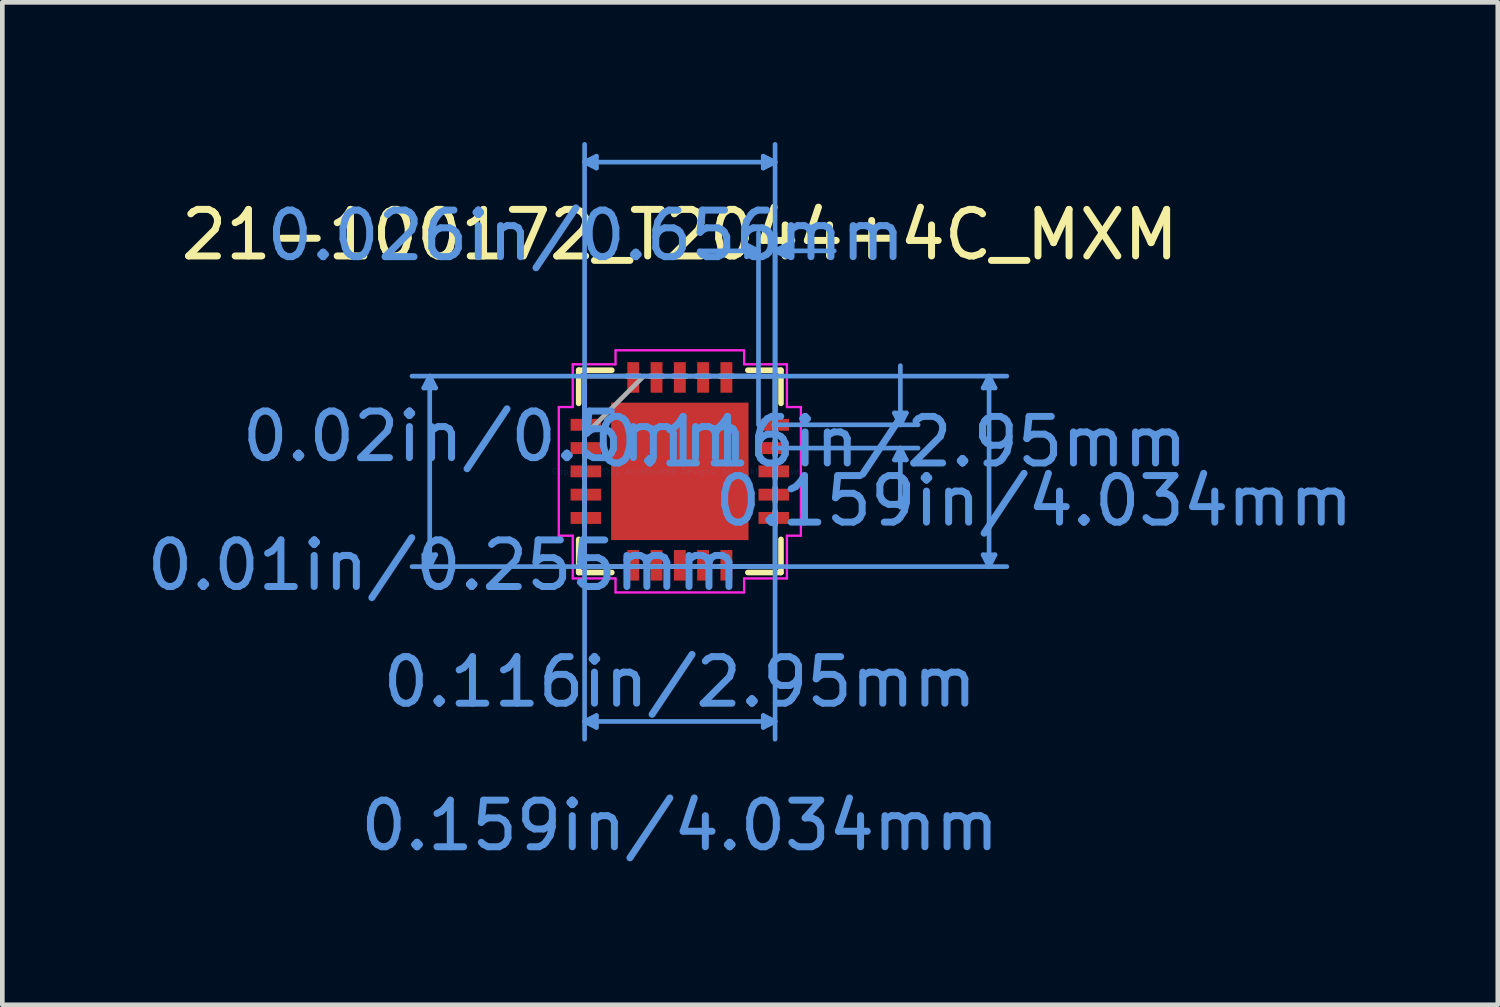
<source format=kicad_pcb>
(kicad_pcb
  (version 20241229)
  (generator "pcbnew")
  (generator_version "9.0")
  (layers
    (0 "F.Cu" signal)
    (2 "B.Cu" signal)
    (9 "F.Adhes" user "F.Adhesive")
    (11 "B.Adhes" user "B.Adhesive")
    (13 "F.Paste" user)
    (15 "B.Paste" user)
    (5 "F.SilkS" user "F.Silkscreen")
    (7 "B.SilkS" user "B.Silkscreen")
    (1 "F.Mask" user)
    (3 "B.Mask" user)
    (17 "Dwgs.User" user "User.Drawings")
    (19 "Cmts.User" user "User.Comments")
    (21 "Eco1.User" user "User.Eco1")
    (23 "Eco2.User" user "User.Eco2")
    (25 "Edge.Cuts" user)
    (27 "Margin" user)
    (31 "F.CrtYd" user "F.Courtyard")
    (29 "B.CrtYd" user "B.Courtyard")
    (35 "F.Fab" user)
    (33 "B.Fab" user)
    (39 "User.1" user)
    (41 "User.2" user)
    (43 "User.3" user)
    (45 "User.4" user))
  (footprint "21-100172_T2044+4C_MXM"
    (layer "F.Cu")
    (at 11.547 7.071)
    (property "Reference" "21-100172_T2044+4C_MXM" (at 0 -5.08 0) (layer "F.SilkS") (effects (font (size 1 1) (thickness 0.15))))
    (attr through_hole)
    (fp_line (start -2.172 -2.172) (end -2.172 -1.46) (stroke (width 0.12) (type solid)) (layer "F.SilkS"))
    (fp_line (start -2.172 1.46) (end -2.172 2.172) (stroke (width 0.12) (type solid)) (layer "F.SilkS"))
    (fp_line (start -2.172 2.172) (end -1.46 2.172) (stroke (width 0.12) (type solid)) (layer "F.SilkS"))
    (fp_line (start -1.46 -2.172) (end -2.172 -2.172) (stroke (width 0.12) (type solid)) (layer "F.SilkS"))
    (fp_line (start 1.46 2.172) (end 2.172 2.172) (stroke (width 0.12) (type solid)) (layer "F.SilkS"))
    (fp_line (start 2.172 -2.172) (end 1.46 -2.172) (stroke (width 0.12) (type solid)) (layer "F.SilkS"))
    (fp_line (start 2.172 -1.46) (end 2.172 -2.172) (stroke (width 0.12) (type solid)) (layer "F.SilkS"))
    (fp_line (start 2.172 2.172) (end 2.172 1.46) (stroke (width 0.12) (type solid)) (layer "F.SilkS"))
    (fp_poly (pts (xy -1.375 -1.375) (xy -1.375 -0.1) (xy -0.1 -0.1) (xy -0.1 -1.375)) (stroke (width 0.1) (type solid)) (fill yes) (layer "F.Paste"))
    (fp_poly (pts (xy -1.375 0.1) (xy -1.375 1.375) (xy -0.1 1.375) (xy -0.1 0.1)) (stroke (width 0.1) (type solid)) (fill yes) (layer "F.Paste"))
    (fp_poly (pts (xy 0.1 -1.375) (xy 0.1 -0.1) (xy 1.375 -0.1) (xy 1.375 -1.375)) (stroke (width 0.1) (type solid)) (fill yes) (layer "F.Paste"))
    (fp_poly (pts (xy 0.1 0.1) (xy 0.1 1.375) (xy 1.375 1.375) (xy 1.375 0.1)) (stroke (width 0.1) (type solid)) (fill yes) (layer "F.Paste"))
    (fp_line (start -5.497 -1.791) (end -5.243 -1.791) (stroke (width 0.1) (type solid)) (layer "Cmts.User"))
    (fp_line (start -5.497 1.791) (end -5.243 1.791) (stroke (width 0.1) (type solid)) (layer "Cmts.User"))
    (fp_line (start -5.37 -2.045) (end -5.497 -1.791) (stroke (width 0.1) (type solid)) (layer "Cmts.User"))
    (fp_line (start -5.37 -2.045) (end -5.37 2.045) (stroke (width 0.1) (type solid)) (layer "Cmts.User"))
    (fp_line (start -5.37 -2.045) (end -5.243 -1.791) (stroke (width 0.1) (type solid)) (layer "Cmts.User"))
    (fp_line (start -5.37 2.045) (end -5.497 1.791) (stroke (width 0.1) (type solid)) (layer "Cmts.User"))
    (fp_line (start -5.37 2.045) (end -5.243 1.791) (stroke (width 0.1) (type solid)) (layer "Cmts.User"))
    (fp_line (start -2.045 -6.64) (end -1.791 -6.767) (stroke (width 0.1) (type solid)) (layer "Cmts.User"))
    (fp_line (start -2.045 -6.64) (end -1.791 -6.513) (stroke (width 0.1) (type solid)) (layer "Cmts.User"))
    (fp_line (start -2.045 -6.64) (end 2.045 -6.64) (stroke (width 0.1) (type solid)) (layer "Cmts.User"))
    (fp_line (start -2.045 -2.045) (end -2.045 5.751) (stroke (width 0.1) (type solid)) (layer "Cmts.User"))
    (fp_line (start -2.045 -1) (end -2.045 -7.021) (stroke (width 0.1) (type solid)) (layer "Cmts.User"))
    (fp_line (start -2.045 5.37) (end -1.791 5.243) (stroke (width 0.1) (type solid)) (layer "Cmts.User"))
    (fp_line (start -2.045 5.37) (end -1.791 5.497) (stroke (width 0.1) (type solid)) (layer "Cmts.User"))
    (fp_line (start -2.045 5.37) (end 2.045 5.37) (stroke (width 0.1) (type solid)) (layer "Cmts.User"))
    (fp_line (start -1.791 -6.767) (end -1.791 -6.513) (stroke (width 0.1) (type solid)) (layer "Cmts.User"))
    (fp_line (start -1.791 5.243) (end -1.791 5.497) (stroke (width 0.1) (type solid)) (layer "Cmts.User"))
    (fp_line (start 1 -2.045) (end 7.021 -2.045) (stroke (width 0.1) (type solid)) (layer "Cmts.User"))
    (fp_line (start 1 2.045) (end 7.021 2.045) (stroke (width 0.1) (type solid)) (layer "Cmts.User"))
    (fp_line (start 1.435 -4.862) (end 1.435 -4.608) (stroke (width 0.1) (type solid)) (layer "Cmts.User"))
    (fp_line (start 1.689 -4.735) (end 0.419 -4.735) (stroke (width 0.1) (type solid)) (layer "Cmts.User"))
    (fp_line (start 1.689 -4.735) (end 1.435 -4.862) (stroke (width 0.1) (type solid)) (layer "Cmts.User"))
    (fp_line (start 1.689 -4.735) (end 1.435 -4.608) (stroke (width 0.1) (type solid)) (layer "Cmts.User"))
    (fp_line (start 1.689 -1) (end 1.689 -5.116) (stroke (width 0.1) (type solid)) (layer "Cmts.User"))
    (fp_line (start 1.791 -6.767) (end 1.791 -6.513) (stroke (width 0.1) (type solid)) (layer "Cmts.User"))
    (fp_line (start 1.791 5.243) (end 1.791 5.497) (stroke (width 0.1) (type solid)) (layer "Cmts.User"))
    (fp_line (start 2.017 -1) (end 5.116 -1) (stroke (width 0.1) (type solid)) (layer "Cmts.User"))
    (fp_line (start 2.017 -0.5) (end 5.116 -0.5) (stroke (width 0.1) (type solid)) (layer "Cmts.User"))
    (fp_line (start 2.045 -6.64) (end 1.791 -6.767) (stroke (width 0.1) (type solid)) (layer "Cmts.User"))
    (fp_line (start 2.045 -6.64) (end 1.791 -6.513) (stroke (width 0.1) (type solid)) (layer "Cmts.User"))
    (fp_line (start 2.045 -4.735) (end 2.299 -4.862) (stroke (width 0.1) (type solid)) (layer "Cmts.User"))
    (fp_line (start 2.045 -4.735) (end 2.299 -4.608) (stroke (width 0.1) (type solid)) (layer "Cmts.User"))
    (fp_line (start 2.045 -4.735) (end 3.315 -4.735) (stroke (width 0.1) (type solid)) (layer "Cmts.User"))
    (fp_line (start 2.045 -2.045) (end -5.751 -2.045) (stroke (width 0.1) (type solid)) (layer "Cmts.User"))
    (fp_line (start 2.045 -2.045) (end 2.045 5.751) (stroke (width 0.1) (type solid)) (layer "Cmts.User"))
    (fp_line (start 2.045 -1) (end 2.045 -7.021) (stroke (width 0.1) (type solid)) (layer "Cmts.User"))
    (fp_line (start 2.045 -1) (end 2.045 -5.116) (stroke (width 0.1) (type solid)) (layer "Cmts.User"))
    (fp_line (start 2.045 2.045) (end -5.751 2.045) (stroke (width 0.1) (type solid)) (layer "Cmts.User"))
    (fp_line (start 2.045 5.37) (end 1.791 5.243) (stroke (width 0.1) (type solid)) (layer "Cmts.User"))
    (fp_line (start 2.045 5.37) (end 1.791 5.497) (stroke (width 0.1) (type solid)) (layer "Cmts.User"))
    (fp_line (start 2.299 -4.862) (end 2.299 -4.608) (stroke (width 0.1) (type solid)) (layer "Cmts.User"))
    (fp_line (start 4.608 -1.254) (end 4.862 -1.254) (stroke (width 0.1) (type solid)) (layer "Cmts.User"))
    (fp_line (start 4.608 -0.246) (end 4.862 -0.246) (stroke (width 0.1) (type solid)) (layer "Cmts.User"))
    (fp_line (start 4.735 -1) (end 4.608 -1.254) (stroke (width 0.1) (type solid)) (layer "Cmts.User"))
    (fp_line (start 4.735 -1) (end 4.735 -2.27) (stroke (width 0.1) (type solid)) (layer "Cmts.User"))
    (fp_line (start 4.735 -1) (end 4.862 -1.254) (stroke (width 0.1) (type solid)) (layer "Cmts.User"))
    (fp_line (start 4.735 -0.5) (end 4.608 -0.246) (stroke (width 0.1) (type solid)) (layer "Cmts.User"))
    (fp_line (start 4.735 -0.5) (end 4.735 0.77) (stroke (width 0.1) (type solid)) (layer "Cmts.User"))
    (fp_line (start 4.735 -0.5) (end 4.862 -0.246) (stroke (width 0.1) (type solid)) (layer "Cmts.User"))
    (fp_line (start 6.513 -1.791) (end 6.767 -1.791) (stroke (width 0.1) (type solid)) (layer "Cmts.User"))
    (fp_line (start 6.513 1.791) (end 6.767 1.791) (stroke (width 0.1) (type solid)) (layer "Cmts.User"))
    (fp_line (start 6.64 -2.045) (end 6.513 -1.791) (stroke (width 0.1) (type solid)) (layer "Cmts.User"))
    (fp_line (start 6.64 -2.045) (end 6.64 2.045) (stroke (width 0.1) (type solid)) (layer "Cmts.User"))
    (fp_line (start 6.64 -2.045) (end 6.767 -1.791) (stroke (width 0.1) (type solid)) (layer "Cmts.User"))
    (fp_line (start 6.64 2.045) (end 6.513 1.791) (stroke (width 0.1) (type solid)) (layer "Cmts.User"))
    (fp_line (start 6.64 2.045) (end 6.767 1.791) (stroke (width 0.1) (type solid)) (layer "Cmts.User"))
    (fp_line (start -2.599 -1.381) (end -2.299 -1.381) (stroke (width 0.05) (type solid)) (layer "F.CrtYd"))
    (fp_line (start -2.599 1.381) (end -2.599 -1.381) (stroke (width 0.05) (type solid)) (layer "F.CrtYd"))
    (fp_line (start -2.299 -2.299) (end -1.381 -2.299) (stroke (width 0.05) (type solid)) (layer "F.CrtYd"))
    (fp_line (start -2.299 -1.381) (end -2.299 -2.299) (stroke (width 0.05) (type solid)) (layer "F.CrtYd"))
    (fp_line (start -2.299 1.381) (end -2.599 1.381) (stroke (width 0.05) (type solid)) (layer "F.CrtYd"))
    (fp_line (start -2.299 2.299) (end -2.299 1.381) (stroke (width 0.05) (type solid)) (layer "F.CrtYd"))
    (fp_line (start -1.381 -2.599) (end 1.381 -2.599) (stroke (width 0.05) (type solid)) (layer "F.CrtYd"))
    (fp_line (start -1.381 -2.299) (end -1.381 -2.599) (stroke (width 0.05) (type solid)) (layer "F.CrtYd"))
    (fp_line (start -1.381 2.299) (end -2.299 2.299) (stroke (width 0.05) (type solid)) (layer "F.CrtYd"))
    (fp_line (start -1.381 2.599) (end -1.381 2.299) (stroke (width 0.05) (type solid)) (layer "F.CrtYd"))
    (fp_line (start 1.381 -2.599) (end 1.381 -2.299) (stroke (width 0.05) (type solid)) (layer "F.CrtYd"))
    (fp_line (start 1.381 -2.299) (end 2.299 -2.299) (stroke (width 0.05) (type solid)) (layer "F.CrtYd"))
    (fp_line (start 1.381 2.299) (end 1.381 2.599) (stroke (width 0.05) (type solid)) (layer "F.CrtYd"))
    (fp_line (start 1.381 2.599) (end -1.381 2.599) (stroke (width 0.05) (type solid)) (layer "F.CrtYd"))
    (fp_line (start 2.299 -2.299) (end 2.299 -1.381) (stroke (width 0.05) (type solid)) (layer "F.CrtYd"))
    (fp_line (start 2.299 -1.381) (end 2.599 -1.381) (stroke (width 0.05) (type solid)) (layer "F.CrtYd"))
    (fp_line (start 2.299 1.381) (end 2.299 2.299) (stroke (width 0.05) (type solid)) (layer "F.CrtYd"))
    (fp_line (start 2.299 2.299) (end 1.381 2.299) (stroke (width 0.05) (type solid)) (layer "F.CrtYd"))
    (fp_line (start 2.599 -1.381) (end 2.599 1.381) (stroke (width 0.05) (type solid)) (layer "F.CrtYd"))
    (fp_line (start 2.599 1.381) (end 2.299 1.381) (stroke (width 0.05) (type solid)) (layer "F.CrtYd"))
    (fp_line (start -2.045 -2.045) (end -2.045 -2.045) (stroke (width 0.1) (type solid)) (layer "F.Fab"))
    (fp_line (start -2.045 -2.045) (end -2.045 2.045) (stroke (width 0.1) (type solid)) (layer "F.Fab"))
    (fp_line (start -2.045 -1.152) (end -2.045 -1.152) (stroke (width 0.1) (type solid)) (layer "F.Fab"))
    (fp_line (start -2.045 -1.152) (end -2.045 -0.848) (stroke (width 0.1) (type solid)) (layer "F.Fab"))
    (fp_line (start -2.045 -0.848) (end -2.045 -1.152) (stroke (width 0.1) (type solid)) (layer "F.Fab"))
    (fp_line (start -2.045 -0.848) (end -2.045 -0.848) (stroke (width 0.1) (type solid)) (layer "F.Fab"))
    (fp_line (start -2.045 -0.775) (end -0.775 -2.045) (stroke (width 0.1) (type solid)) (layer "F.Fab"))
    (fp_line (start -2.045 -0.652) (end -2.045 -0.652) (stroke (width 0.1) (type solid)) (layer "F.Fab"))
    (fp_line (start -2.045 -0.652) (end -2.045 -0.348) (stroke (width 0.1) (type solid)) (layer "F.Fab"))
    (fp_line (start -2.045 -0.348) (end -2.045 -0.652) (stroke (width 0.1) (type solid)) (layer "F.Fab"))
    (fp_line (start -2.045 -0.348) (end -2.045 -0.348) (stroke (width 0.1) (type solid)) (layer "F.Fab"))
    (fp_line (start -2.045 -0.152) (end -2.045 -0.152) (stroke (width 0.1) (type solid)) (layer "F.Fab"))
    (fp_line (start -2.045 -0.152) (end -2.045 0.152) (stroke (width 0.1) (type solid)) (layer "F.Fab"))
    (fp_line (start -2.045 0.152) (end -2.045 -0.152) (stroke (width 0.1) (type solid)) (layer "F.Fab"))
    (fp_line (start -2.045 0.152) (end -2.045 0.152) (stroke (width 0.1) (type solid)) (layer "F.Fab"))
    (fp_line (start -2.045 0.348) (end -2.045 0.348) (stroke (width 0.1) (type solid)) (layer "F.Fab"))
    (fp_line (start -2.045 0.348) (end -2.045 0.652) (stroke (width 0.1) (type solid)) (layer "F.Fab"))
    (fp_line (start -2.045 0.652) (end -2.045 0.348) (stroke (width 0.1) (type solid)) (layer "F.Fab"))
    (fp_line (start -2.045 0.652) (end -2.045 0.652) (stroke (width 0.1) (type solid)) (layer "F.Fab"))
    (fp_line (start -2.045 0.848) (end -2.045 0.848) (stroke (width 0.1) (type solid)) (layer "F.Fab"))
    (fp_line (start -2.045 0.848) (end -2.045 1.152) (stroke (width 0.1) (type solid)) (layer "F.Fab"))
    (fp_line (start -2.045 1.152) (end -2.045 0.848) (stroke (width 0.1) (type solid)) (layer "F.Fab"))
    (fp_line (start -2.045 1.152) (end -2.045 1.152) (stroke (width 0.1) (type solid)) (layer "F.Fab"))
    (fp_line (start -2.045 2.045) (end -2.045 2.045) (stroke (width 0.1) (type solid)) (layer "F.Fab"))
    (fp_line (start -2.045 2.045) (end 2.045 2.045) (stroke (width 0.1) (type solid)) (layer "F.Fab"))
    (fp_line (start -1.152 -2.045) (end -1.152 -2.045) (stroke (width 0.1) (type solid)) (layer "F.Fab"))
    (fp_line (start -1.152 -2.045) (end -0.848 -2.045) (stroke (width 0.1) (type solid)) (layer "F.Fab"))
    (fp_line (start -1.152 2.045) (end -1.152 2.045) (stroke (width 0.1) (type solid)) (layer "F.Fab"))
    (fp_line (start -1.152 2.045) (end -0.848 2.045) (stroke (width 0.1) (type solid)) (layer "F.Fab"))
    (fp_line (start -0.848 -2.045) (end -1.152 -2.045) (stroke (width 0.1) (type solid)) (layer "F.Fab"))
    (fp_line (start -0.848 -2.045) (end -0.848 -2.045) (stroke (width 0.1) (type solid)) (layer "F.Fab"))
    (fp_line (start -0.848 2.045) (end -1.152 2.045) (stroke (width 0.1) (type solid)) (layer "F.Fab"))
    (fp_line (start -0.848 2.045) (end -0.848 2.045) (stroke (width 0.1) (type solid)) (layer "F.Fab"))
    (fp_line (start -0.652 -2.045) (end -0.652 -2.045) (stroke (width 0.1) (type solid)) (layer "F.Fab"))
    (fp_line (start -0.652 -2.045) (end -0.348 -2.045) (stroke (width 0.1) (type solid)) (layer "F.Fab"))
    (fp_line (start -0.652 2.045) (end -0.652 2.045) (stroke (width 0.1) (type solid)) (layer "F.Fab"))
    (fp_line (start -0.652 2.045) (end -0.348 2.045) (stroke (width 0.1) (type solid)) (layer "F.Fab"))
    (fp_line (start -0.348 -2.045) (end -0.652 -2.045) (stroke (width 0.1) (type solid)) (layer "F.Fab"))
    (fp_line (start -0.348 -2.045) (end -0.348 -2.045) (stroke (width 0.1) (type solid)) (layer "F.Fab"))
    (fp_line (start -0.348 2.045) (end -0.652 2.045) (stroke (width 0.1) (type solid)) (layer "F.Fab"))
    (fp_line (start -0.348 2.045) (end -0.348 2.045) (stroke (width 0.1) (type solid)) (layer "F.Fab"))
    (fp_line (start -0.152 -2.045) (end -0.152 -2.045) (stroke (width 0.1) (type solid)) (layer "F.Fab"))
    (fp_line (start -0.152 -2.045) (end 0.152 -2.045) (stroke (width 0.1) (type solid)) (layer "F.Fab"))
    (fp_line (start -0.152 2.045) (end -0.152 2.045) (stroke (width 0.1) (type solid)) (layer "F.Fab"))
    (fp_line (start -0.152 2.045) (end 0.152 2.045) (stroke (width 0.1) (type solid)) (layer "F.Fab"))
    (fp_line (start 0.152 -2.045) (end -0.152 -2.045) (stroke (width 0.1) (type solid)) (layer "F.Fab"))
    (fp_line (start 0.152 -2.045) (end 0.152 -2.045) (stroke (width 0.1) (type solid)) (layer "F.Fab"))
    (fp_line (start 0.152 2.045) (end -0.152 2.045) (stroke (width 0.1) (type solid)) (layer "F.Fab"))
    (fp_line (start 0.152 2.045) (end 0.152 2.045) (stroke (width 0.1) (type solid)) (layer "F.Fab"))
    (fp_line (start 0.348 -2.045) (end 0.348 -2.045) (stroke (width 0.1) (type solid)) (layer "F.Fab"))
    (fp_line (start 0.348 -2.045) (end 0.652 -2.045) (stroke (width 0.1) (type solid)) (layer "F.Fab"))
    (fp_line (start 0.348 2.045) (end 0.348 2.045) (stroke (width 0.1) (type solid)) (layer "F.Fab"))
    (fp_line (start 0.348 2.045) (end 0.652 2.045) (stroke (width 0.1) (type solid)) (layer "F.Fab"))
    (fp_line (start 0.652 -2.045) (end 0.348 -2.045) (stroke (width 0.1) (type solid)) (layer "F.Fab"))
    (fp_line (start 0.652 -2.045) (end 0.652 -2.045) (stroke (width 0.1) (type solid)) (layer "F.Fab"))
    (fp_line (start 0.652 2.045) (end 0.348 2.045) (stroke (width 0.1) (type solid)) (layer "F.Fab"))
    (fp_line (start 0.652 2.045) (end 0.652 2.045) (stroke (width 0.1) (type solid)) (layer "F.Fab"))
    (fp_line (start 0.848 -2.045) (end 0.848 -2.045) (stroke (width 0.1) (type solid)) (layer "F.Fab"))
    (fp_line (start 0.848 -2.045) (end 1.152 -2.045) (stroke (width 0.1) (type solid)) (layer "F.Fab"))
    (fp_line (start 0.848 2.045) (end 0.848 2.045) (stroke (width 0.1) (type solid)) (layer "F.Fab"))
    (fp_line (start 0.848 2.045) (end 1.152 2.045) (stroke (width 0.1) (type solid)) (layer "F.Fab"))
    (fp_line (start 1.152 -2.045) (end 0.848 -2.045) (stroke (width 0.1) (type solid)) (layer "F.Fab"))
    (fp_line (start 1.152 -2.045) (end 1.152 -2.045) (stroke (width 0.1) (type solid)) (layer "F.Fab"))
    (fp_line (start 1.152 2.045) (end 0.848 2.045) (stroke (width 0.1) (type solid)) (layer "F.Fab"))
    (fp_line (start 1.152 2.045) (end 1.152 2.045) (stroke (width 0.1) (type solid)) (layer "F.Fab"))
    (fp_line (start 2.045 -2.045) (end -2.045 -2.045) (stroke (width 0.1) (type solid)) (layer "F.Fab"))
    (fp_line (start 2.045 -2.045) (end 2.045 -2.045) (stroke (width 0.1) (type solid)) (layer "F.Fab"))
    (fp_line (start 2.045 -1.152) (end 2.045 -1.152) (stroke (width 0.1) (type solid)) (layer "F.Fab"))
    (fp_line (start 2.045 -1.152) (end 2.045 -0.848) (stroke (width 0.1) (type solid)) (layer "F.Fab"))
    (fp_line (start 2.045 -0.848) (end 2.045 -1.152) (stroke (width 0.1) (type solid)) (layer "F.Fab"))
    (fp_line (start 2.045 -0.848) (end 2.045 -0.848) (stroke (width 0.1) (type solid)) (layer "F.Fab"))
    (fp_line (start 2.045 -0.652) (end 2.045 -0.652) (stroke (width 0.1) (type solid)) (layer "F.Fab"))
    (fp_line (start 2.045 -0.652) (end 2.045 -0.348) (stroke (width 0.1) (type solid)) (layer "F.Fab"))
    (fp_line (start 2.045 -0.348) (end 2.045 -0.652) (stroke (width 0.1) (type solid)) (layer "F.Fab"))
    (fp_line (start 2.045 -0.348) (end 2.045 -0.348) (stroke (width 0.1) (type solid)) (layer "F.Fab"))
    (fp_line (start 2.045 -0.152) (end 2.045 -0.152) (stroke (width 0.1) (type solid)) (layer "F.Fab"))
    (fp_line (start 2.045 -0.152) (end 2.045 0.152) (stroke (width 0.1) (type solid)) (layer "F.Fab"))
    (fp_line (start 2.045 0.152) (end 2.045 -0.152) (stroke (width 0.1) (type solid)) (layer "F.Fab"))
    (fp_line (start 2.045 0.152) (end 2.045 0.152) (stroke (width 0.1) (type solid)) (layer "F.Fab"))
    (fp_line (start 2.045 0.348) (end 2.045 0.348) (stroke (width 0.1) (type solid)) (layer "F.Fab"))
    (fp_line (start 2.045 0.348) (end 2.045 0.652) (stroke (width 0.1) (type solid)) (layer "F.Fab"))
    (fp_line (start 2.045 0.652) (end 2.045 0.348) (stroke (width 0.1) (type solid)) (layer "F.Fab"))
    (fp_line (start 2.045 0.652) (end 2.045 0.652) (stroke (width 0.1) (type solid)) (layer "F.Fab"))
    (fp_line (start 2.045 0.848) (end 2.045 0.848) (stroke (width 0.1) (type solid)) (layer "F.Fab"))
    (fp_line (start 2.045 0.848) (end 2.045 1.152) (stroke (width 0.1) (type solid)) (layer "F.Fab"))
    (fp_line (start 2.045 1.152) (end 2.045 0.848) (stroke (width 0.1) (type solid)) (layer "F.Fab"))
    (fp_line (start 2.045 1.152) (end 2.045 1.152) (stroke (width 0.1) (type solid)) (layer "F.Fab"))
    (fp_line (start 2.045 2.045) (end 2.045 -2.045) (stroke (width 0.1) (type solid)) (layer "F.Fab"))
    (fp_line (start 2.045 2.045) (end 2.045 2.045) (stroke (width 0.1) (type solid)) (layer "F.Fab"))
    (fp_text user "Copyright 2021 Accelerated Designs. All rights reserved." (at 0 0 0) (layer "Cmts.User") (effects (font (size 0.127 0.127) (thickness 0.002))))
    (fp_text user "0.159in/4.034mm" (at 0 7.605 0) (layer "Cmts.User") (effects (font (size 1 1) (thickness 0.15))))
    (fp_text user "0.159in/4.034mm" (at 7.605 0.635 0) (layer "Cmts.User") (effects (font (size 1 1) (thickness 0.15))))
    (fp_text user "0.116in/2.95mm" (at 4.523 -0.635 0) (layer "Cmts.User") (effects (font (size 1 1) (thickness 0.15))))
    (fp_text user "0.01in/0.255mm" (at -5.065 2.017 0) (layer "Cmts.User") (effects (font (size 1 1) (thickness 0.15))))
    (fp_text user "0.116in/2.95mm" (at 0 4.523 0) (layer "Cmts.User") (effects (font (size 1 1) (thickness 0.15))))
    (fp_text user "0.02in/0.5mm" (at -3.973 -0.75 0) (layer "Cmts.User") (effects (font (size 1 1) (thickness 0.15))))
    (fp_text user "0.026in/0.656mm" (at -2.017 -5.065 0) (layer "Cmts.User") (effects (font (size 1 1) (thickness 0.15))))
    (pad "1" smd rect (at -2.017 -1 90) (size 0.255 0.656) (layers "F.Cu" "F.Mask" "F.Paste"))
    (pad "2" smd rect (at -2.017 -0.5 90) (size 0.255 0.656) (layers "F.Cu" "F.Mask" "F.Paste"))
    (pad "3" smd rect (at -2.017 0 90) (size 0.255 0.656) (layers "F.Cu" "F.Mask" "F.Paste"))
    (pad "4" smd rect (at -2.017 0.5 90) (size 0.255 0.656) (layers "F.Cu" "F.Mask" "F.Paste"))
    (pad "5" smd rect (at -2.017 1 90) (size 0.255 0.656) (layers "F.Cu" "F.Mask" "F.Paste"))
    (pad "6" smd rect (at -1 2.017) (size 0.255 0.656) (layers "F.Cu" "F.Mask" "F.Paste"))
    (pad "7" smd rect (at -0.5 2.017) (size 0.255 0.656) (layers "F.Cu" "F.Mask" "F.Paste"))
    (pad "8" smd rect (at 0 2.017) (size 0.255 0.656) (layers "F.Cu" "F.Mask" "F.Paste"))
    (pad "9" smd rect (at 0.5 2.017) (size 0.255 0.656) (layers "F.Cu" "F.Mask" "F.Paste"))
    (pad "10" smd rect (at 1 2.017) (size 0.255 0.656) (layers "F.Cu" "F.Mask" "F.Paste"))
    (pad "11" smd rect (at 2.017 1 90) (size 0.255 0.656) (layers "F.Cu" "F.Mask" "F.Paste"))
    (pad "12" smd rect (at 2.017 0.5 90) (size 0.255 0.656) (layers "F.Cu" "F.Mask" "F.Paste"))
    (pad "13" smd rect (at 2.017 0 90) (size 0.255 0.656) (layers "F.Cu" "F.Mask" "F.Paste"))
    (pad "14" smd rect (at 2.017 -0.5 90) (size 0.255 0.656) (layers "F.Cu" "F.Mask" "F.Paste"))
    (pad "15" smd rect (at 2.017 -1 90) (size 0.255 0.656) (layers "F.Cu" "F.Mask" "F.Paste"))
    (pad "16" smd rect (at 1 -2.017) (size 0.255 0.656) (layers "F.Cu" "F.Mask" "F.Paste"))
    (pad "17" smd rect (at 0.5 -2.017) (size 0.255 0.656) (layers "F.Cu" "F.Mask" "F.Paste"))
    (pad "18" smd rect (at 0 -2.017) (size 0.255 0.656) (layers "F.Cu" "F.Mask" "F.Paste"))
    (pad "19" smd rect (at -0.5 -2.017) (size 0.255 0.656) (layers "F.Cu" "F.Mask" "F.Paste"))
    (pad "20" smd rect (at -1 -2.017) (size 0.255 0.656) (layers "F.Cu" "F.Mask" "F.Paste"))
    (pad "21" smd rect (at 0 0) (size 2.95 2.95) (layers "F.Cu" "F.Mask")))
  (gr_rect
    (start -3 -3)
    (end 29.11 18.524)
    (stroke (width 0.1) (type default))
    (fill no)
    (layer "Edge.Cuts")))
</source>
